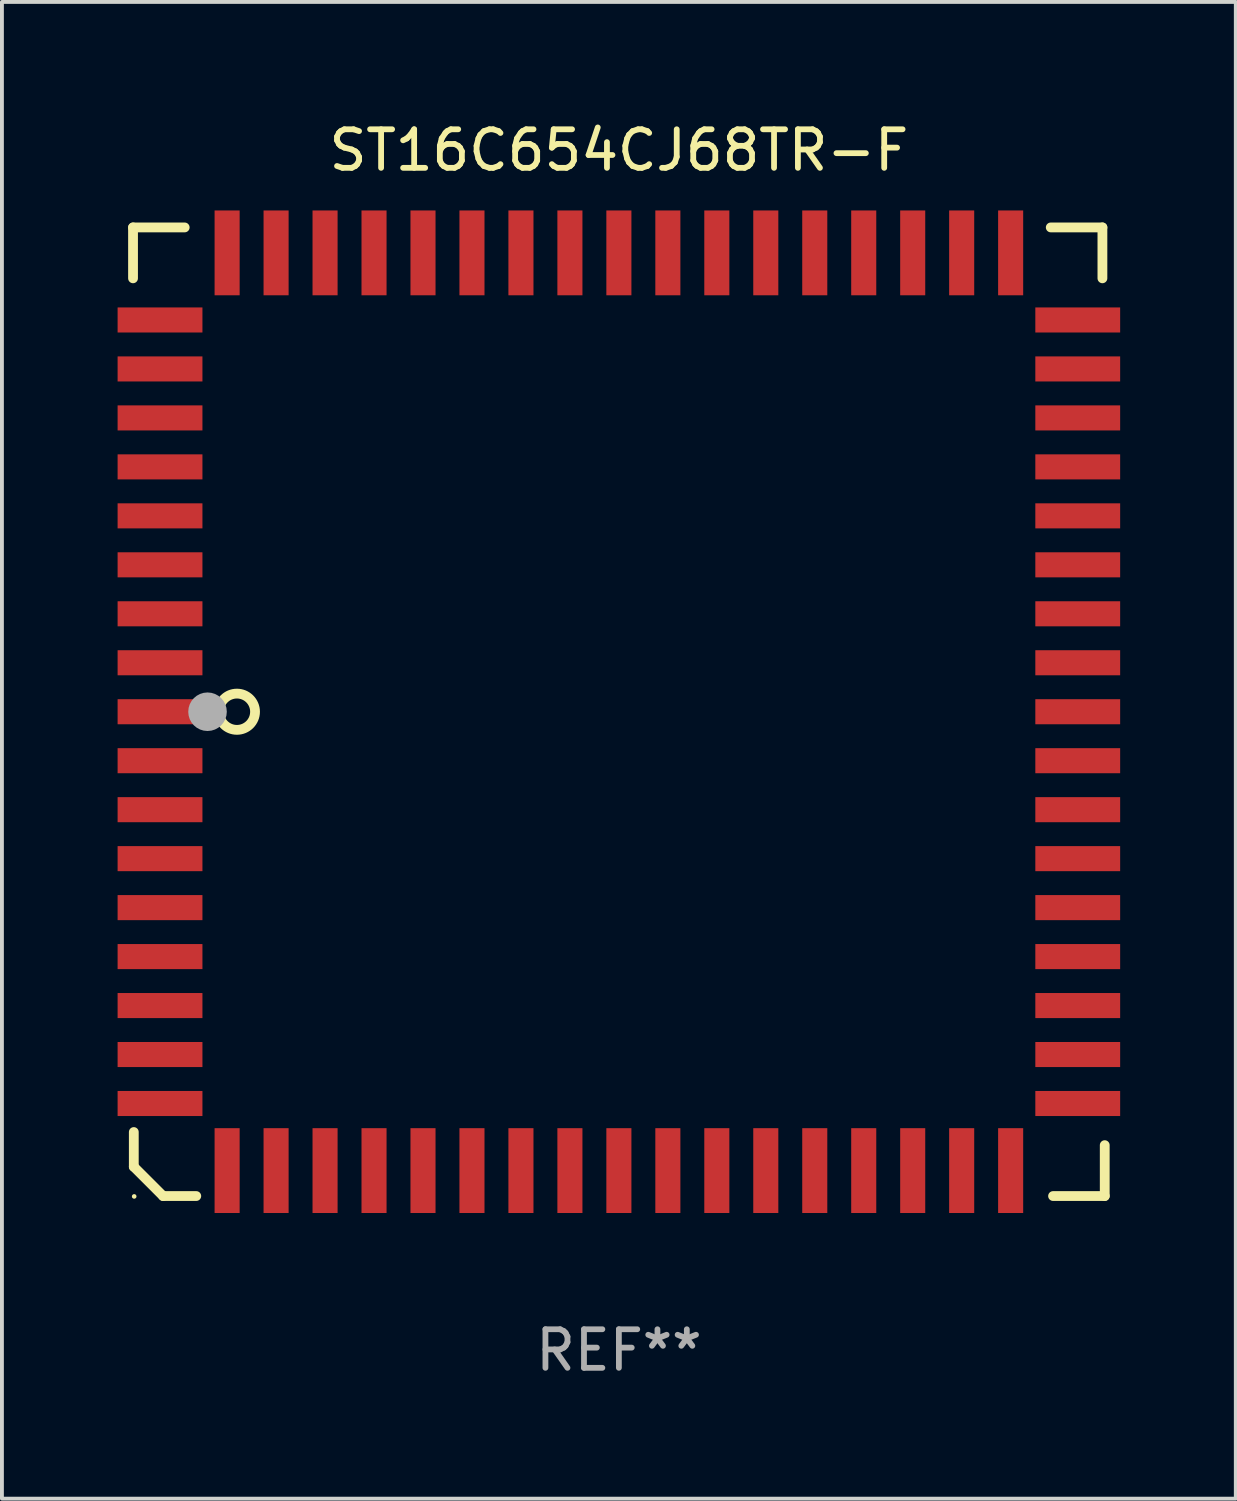
<source format=kicad_pcb>
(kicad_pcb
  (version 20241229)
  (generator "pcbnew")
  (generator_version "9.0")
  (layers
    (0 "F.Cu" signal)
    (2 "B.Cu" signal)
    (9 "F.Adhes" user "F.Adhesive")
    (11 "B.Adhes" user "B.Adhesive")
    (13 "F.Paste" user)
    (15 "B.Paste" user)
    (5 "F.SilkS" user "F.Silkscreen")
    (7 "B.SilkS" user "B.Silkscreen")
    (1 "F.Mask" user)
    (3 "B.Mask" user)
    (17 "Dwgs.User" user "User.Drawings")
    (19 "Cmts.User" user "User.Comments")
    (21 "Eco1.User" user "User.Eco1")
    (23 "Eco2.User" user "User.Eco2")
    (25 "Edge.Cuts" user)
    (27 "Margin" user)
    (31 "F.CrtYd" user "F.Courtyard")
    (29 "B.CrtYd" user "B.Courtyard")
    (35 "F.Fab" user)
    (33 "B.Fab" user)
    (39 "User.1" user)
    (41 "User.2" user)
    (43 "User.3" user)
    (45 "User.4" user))
  (footprint "ST16C654CJ68TR-F"
    (layer "F.Cu")
    (at 13 15.408)
    (property "Reference" "ST16C654CJ68TR-F" (at 0 -14.56 0) (layer "F.SilkS") (effects (font (size 1 1) (thickness 0.15))))
    (attr through_hole)
    (fp_line (start -12.6 -12.56) (end -12.6 -11.24) (stroke (width 0.254) (type solid)) (layer "F.SilkS"))
    (fp_line (start -12.58 10.9) (end -12.58 11.8) (stroke (width 0.254) (type solid)) (layer "F.SilkS"))
    (fp_line (start -12.58 11.8) (end -11.82 12.56) (stroke (width 0.254) (type solid)) (layer "F.SilkS"))
    (fp_line (start -11.82 12.56) (end -10.96 12.56) (stroke (width 0.254) (type solid)) (layer "F.SilkS"))
    (fp_line (start -11.26 -12.56) (end -12.6 -12.56) (stroke (width 0.254) (type solid)) (layer "F.SilkS"))
    (fp_line (start 11.2 -12.56) (end 12.54 -12.56) (stroke (width 0.254) (type solid)) (layer "F.SilkS"))
    (fp_line (start 11.26 12.56) (end 12.6 12.56) (stroke (width 0.254) (type solid)) (layer "F.SilkS"))
    (fp_line (start 12.54 -12.56) (end 12.54 -11.24) (stroke (width 0.254) (type solid)) (layer "F.SilkS"))
    (fp_line (start 12.6 12.56) (end 12.6 11.24) (stroke (width 0.254) (type solid)) (layer "F.SilkS"))
    (fp_circle (center -12.57 12.57) (end -12.54 12.57) (stroke (width 0.06) (type solid)) (fill no) (layer "F.SilkS"))
    (fp_circle (center -9.906 0) (end -9.436 0) (stroke (width 0.254) (type solid)) (fill no) (layer "F.SilkS"))
    (fp_circle (center -10.668 0) (end -10.418 0) (stroke (width 0.5) (type solid)) (fill no) (layer "F.Fab"))
    (fp_text user "REF**" (at 0 16.56 0) (layer "F.Fab") (effects (font (size 1 1) (thickness 0.15))))
    (pad "1" smd rect (at -11.9 -0.000076 270) (size 0.65 2.2) (layers "F.Cu" "F.Mask" "F.Paste"))
    (pad "2" smd rect (at -11.9 1.27 270) (size 0.65 2.2) (layers "F.Cu" "F.Mask" "F.Paste"))
    (pad "3" smd rect (at -11.9 2.54 270) (size 0.65 2.2) (layers "F.Cu" "F.Mask" "F.Paste"))
    (pad "4" smd rect (at -11.9 3.81 270) (size 0.65 2.2) (layers "F.Cu" "F.Mask" "F.Paste"))
    (pad "5" smd rect (at -11.9 5.08 270) (size 0.65 2.2) (layers "F.Cu" "F.Mask" "F.Paste"))
    (pad "6" smd rect (at -11.9 6.35 270) (size 0.65 2.2) (layers "F.Cu" "F.Mask" "F.Paste"))
    (pad "7" smd rect (at -11.9 7.62 270) (size 0.65 2.2) (layers "F.Cu" "F.Mask" "F.Paste"))
    (pad "8" smd rect (at -11.9 8.89 270) (size 0.65 2.2) (layers "F.Cu" "F.Mask" "F.Paste"))
    (pad "9" smd rect (at -11.9 10.16 270) (size 0.65 2.2) (layers "F.Cu" "F.Mask" "F.Paste"))
    (pad "10" smd rect (at -10.16 11.9 270) (size 2.2 0.65) (layers "F.Cu" "F.Mask" "F.Paste"))
    (pad "11" smd rect (at -8.89 11.9 270) (size 2.2 0.65) (layers "F.Cu" "F.Mask" "F.Paste"))
    (pad "12" smd rect (at -7.62 11.9 270) (size 2.2 0.65) (layers "F.Cu" "F.Mask" "F.Paste"))
    (pad "13" smd rect (at -6.35 11.9 270) (size 2.2 0.65) (layers "F.Cu" "F.Mask" "F.Paste"))
    (pad "14" smd rect (at -5.08 11.9 270) (size 2.2 0.65) (layers "F.Cu" "F.Mask" "F.Paste"))
    (pad "15" smd rect (at -3.81 11.9 270) (size 2.2 0.65) (layers "F.Cu" "F.Mask" "F.Paste"))
    (pad "16" smd rect (at -2.54 11.9 270) (size 2.2 0.65) (layers "F.Cu" "F.Mask" "F.Paste"))
    (pad "17" smd rect (at -1.27 11.9 270) (size 2.2 0.65) (layers "F.Cu" "F.Mask" "F.Paste"))
    (pad "18" smd rect (at 0 11.9 270) (size 2.2 0.65) (layers "F.Cu" "F.Mask" "F.Paste"))
    (pad "19" smd rect (at 1.27 11.9 270) (size 2.2 0.65) (layers "F.Cu" "F.Mask" "F.Paste"))
    (pad "20" smd rect (at 2.54 11.9 270) (size 2.2 0.65) (layers "F.Cu" "F.Mask" "F.Paste"))
    (pad "21" smd rect (at 3.81 11.9 270) (size 2.2 0.65) (layers "F.Cu" "F.Mask" "F.Paste"))
    (pad "22" smd rect (at 5.08 11.9 270) (size 2.2 0.65) (layers "F.Cu" "F.Mask" "F.Paste"))
    (pad "23" smd rect (at 6.35 11.9 270) (size 2.2 0.65) (layers "F.Cu" "F.Mask" "F.Paste"))
    (pad "24" smd rect (at 7.62 11.9 270) (size 2.2 0.65) (layers "F.Cu" "F.Mask" "F.Paste"))
    (pad "25" smd rect (at 8.89 11.9 270) (size 2.2 0.65) (layers "F.Cu" "F.Mask" "F.Paste"))
    (pad "26" smd rect (at 10.16 11.9 270) (size 2.2 0.65) (layers "F.Cu" "F.Mask" "F.Paste"))
    (pad "27" smd rect (at 11.9 10.16 270) (size 0.65 2.2) (layers "F.Cu" "F.Mask" "F.Paste"))
    (pad "28" smd rect (at 11.9 8.89 270) (size 0.65 2.2) (layers "F.Cu" "F.Mask" "F.Paste"))
    (pad "29" smd rect (at 11.9 7.62 270) (size 0.65 2.2) (layers "F.Cu" "F.Mask" "F.Paste"))
    (pad "30" smd rect (at 11.9 6.35 270) (size 0.65 2.2) (layers "F.Cu" "F.Mask" "F.Paste"))
    (pad "31" smd rect (at 11.9 5.08 270) (size 0.65 2.2) (layers "F.Cu" "F.Mask" "F.Paste"))
    (pad "32" smd rect (at 11.9 3.81 270) (size 0.65 2.2) (layers "F.Cu" "F.Mask" "F.Paste"))
    (pad "33" smd rect (at 11.9 2.54 270) (size 0.65 2.2) (layers "F.Cu" "F.Mask" "F.Paste"))
    (pad "34" smd rect (at 11.9 1.27 270) (size 0.65 2.2) (layers "F.Cu" "F.Mask" "F.Paste"))
    (pad "35" smd rect (at 11.9 -0.000076 270) (size 0.65 2.2) (layers "F.Cu" "F.Mask" "F.Paste"))
    (pad "36" smd rect (at 11.9 -1.27 270) (size 0.65 2.2) (layers "F.Cu" "F.Mask" "F.Paste"))
    (pad "37" smd rect (at 11.9 -2.54 270) (size 0.65 2.2) (layers "F.Cu" "F.Mask" "F.Paste"))
    (pad "38" smd rect (at 11.9 -3.81 270) (size 0.65 2.2) (layers "F.Cu" "F.Mask" "F.Paste"))
    (pad "39" smd rect (at 11.9 -5.08 270) (size 0.65 2.2) (layers "F.Cu" "F.Mask" "F.Paste"))
    (pad "40" smd rect (at 11.9 -6.35 270) (size 0.65 2.2) (layers "F.Cu" "F.Mask" "F.Paste"))
    (pad "41" smd rect (at 11.9 -7.62 270) (size 0.65 2.2) (layers "F.Cu" "F.Mask" "F.Paste"))
    (pad "42" smd rect (at 11.9 -8.89 270) (size 0.65 2.2) (layers "F.Cu" "F.Mask" "F.Paste"))
    (pad "43" smd rect (at 11.9 -10.16 270) (size 0.65 2.2) (layers "F.Cu" "F.Mask" "F.Paste"))
    (pad "44" smd rect (at 10.16 -11.9 270) (size 2.2 0.65) (layers "F.Cu" "F.Mask" "F.Paste"))
    (pad "45" smd rect (at 8.89 -11.9 270) (size 2.2 0.65) (layers "F.Cu" "F.Mask" "F.Paste"))
    (pad "46" smd rect (at 7.62 -11.9 270) (size 2.2 0.65) (layers "F.Cu" "F.Mask" "F.Paste"))
    (pad "47" smd rect (at 6.35 -11.9 270) (size 2.2 0.65) (layers "F.Cu" "F.Mask" "F.Paste"))
    (pad "48" smd rect (at 5.08 -11.9 270) (size 2.2 0.65) (layers "F.Cu" "F.Mask" "F.Paste"))
    (pad "49" smd rect (at 3.81 -11.9 270) (size 2.2 0.65) (layers "F.Cu" "F.Mask" "F.Paste"))
    (pad "50" smd rect (at 2.54 -11.9 270) (size 2.2 0.65) (layers "F.Cu" "F.Mask" "F.Paste"))
    (pad "51" smd rect (at 1.27 -11.9 270) (size 2.2 0.65) (layers "F.Cu" "F.Mask" "F.Paste"))
    (pad "52" smd rect (at 0 -11.9 270) (size 2.2 0.65) (layers "F.Cu" "F.Mask" "F.Paste"))
    (pad "53" smd rect (at -1.27 -11.9 270) (size 2.2 0.65) (layers "F.Cu" "F.Mask" "F.Paste"))
    (pad "54" smd rect (at -2.54 -11.9 270) (size 2.2 0.65) (layers "F.Cu" "F.Mask" "F.Paste"))
    (pad "55" smd rect (at -3.81 -11.9 270) (size 2.2 0.65) (layers "F.Cu" "F.Mask" "F.Paste"))
    (pad "56" smd rect (at -5.08 -11.9 270) (size 2.2 0.65) (layers "F.Cu" "F.Mask" "F.Paste"))
    (pad "57" smd rect (at -6.35 -11.9 270) (size 2.2 0.65) (layers "F.Cu" "F.Mask" "F.Paste"))
    (pad "58" smd rect (at -7.62 -11.9 270) (size 2.2 0.65) (layers "F.Cu" "F.Mask" "F.Paste"))
    (pad "59" smd rect (at -8.89 -11.9 270) (size 2.2 0.65) (layers "F.Cu" "F.Mask" "F.Paste"))
    (pad "60" smd rect (at -10.16 -11.9 270) (size 2.2 0.65) (layers "F.Cu" "F.Mask" "F.Paste"))
    (pad "61" smd rect (at -11.9 -10.16 270) (size 0.65 2.2) (layers "F.Cu" "F.Mask" "F.Paste"))
    (pad "62" smd rect (at -11.9 -8.89 270) (size 0.65 2.2) (layers "F.Cu" "F.Mask" "F.Paste"))
    (pad "63" smd rect (at -11.9 -7.62 270) (size 0.65 2.2) (layers "F.Cu" "F.Mask" "F.Paste"))
    (pad "64" smd rect (at -11.9 -6.35 270) (size 0.65 2.2) (layers "F.Cu" "F.Mask" "F.Paste"))
    (pad "65" smd rect (at -11.9 -5.08 270) (size 0.65 2.2) (layers "F.Cu" "F.Mask" "F.Paste"))
    (pad "66" smd rect (at -11.9 -3.81 270) (size 0.65 2.2) (layers "F.Cu" "F.Mask" "F.Paste"))
    (pad "67" smd rect (at -11.9 -2.54 270) (size 0.65 2.2) (layers "F.Cu" "F.Mask" "F.Paste"))
    (pad "68" smd rect (at -11.9 -1.27 270) (size 0.65 2.2) (layers "F.Cu" "F.Mask" "F.Paste")))
  (gr_rect
    (start -3 -3)
    (end 28.999 35.816)
    (stroke (width 0.1) (type default))
    (fill no)
    (layer "Edge.Cuts")))
</source>
